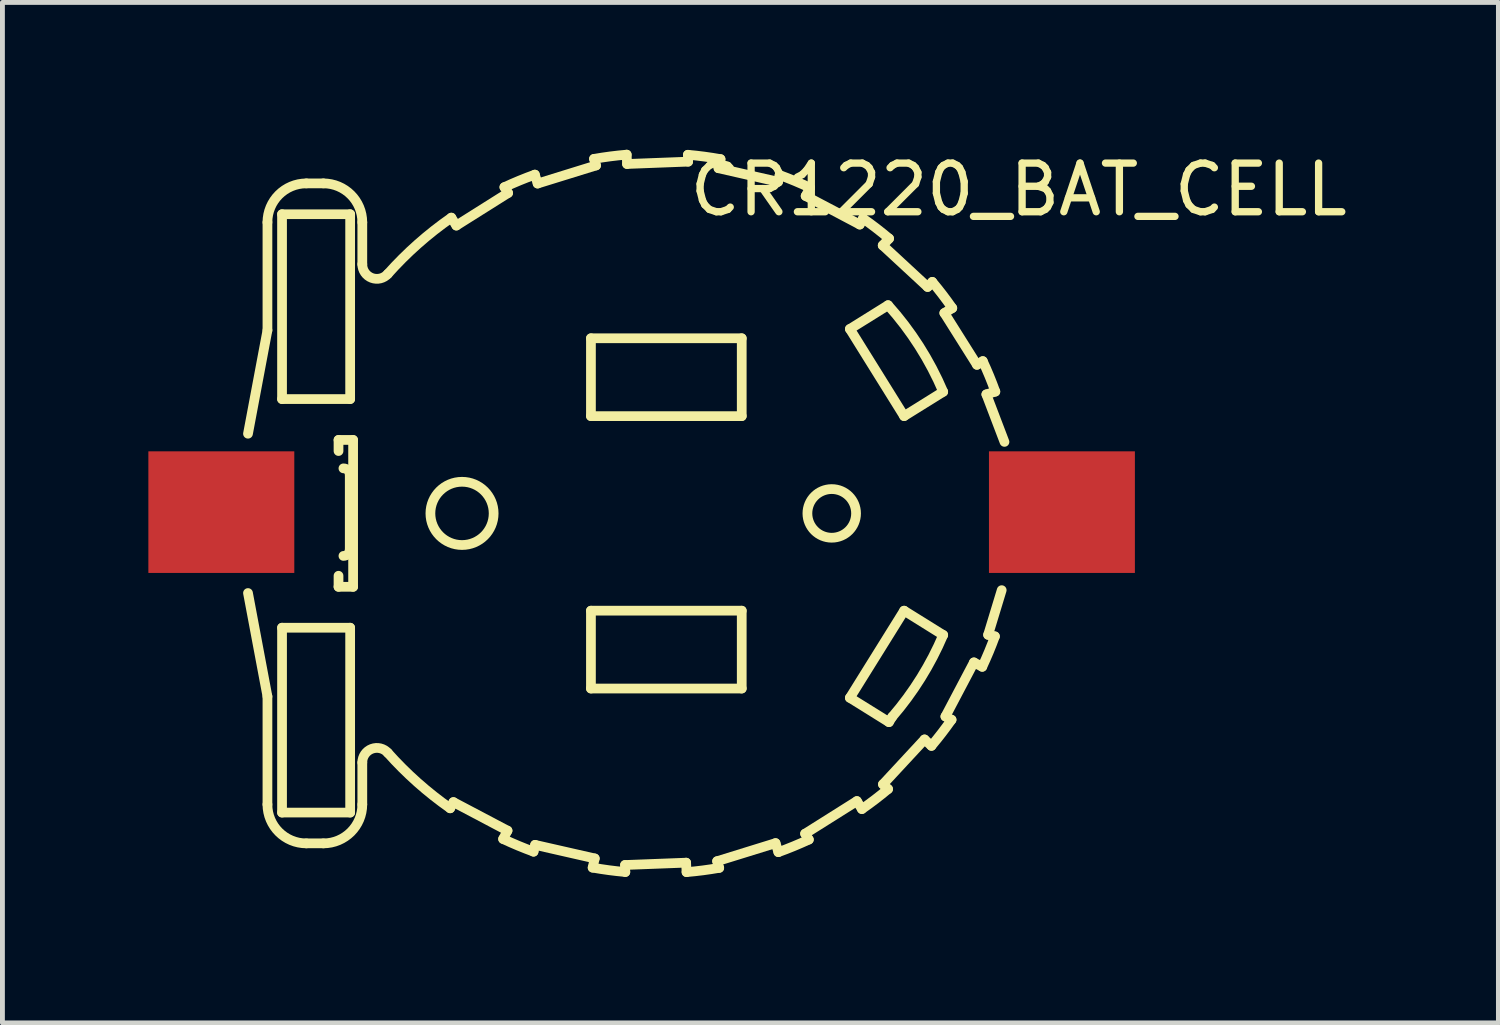
<source format=kicad_pcb>
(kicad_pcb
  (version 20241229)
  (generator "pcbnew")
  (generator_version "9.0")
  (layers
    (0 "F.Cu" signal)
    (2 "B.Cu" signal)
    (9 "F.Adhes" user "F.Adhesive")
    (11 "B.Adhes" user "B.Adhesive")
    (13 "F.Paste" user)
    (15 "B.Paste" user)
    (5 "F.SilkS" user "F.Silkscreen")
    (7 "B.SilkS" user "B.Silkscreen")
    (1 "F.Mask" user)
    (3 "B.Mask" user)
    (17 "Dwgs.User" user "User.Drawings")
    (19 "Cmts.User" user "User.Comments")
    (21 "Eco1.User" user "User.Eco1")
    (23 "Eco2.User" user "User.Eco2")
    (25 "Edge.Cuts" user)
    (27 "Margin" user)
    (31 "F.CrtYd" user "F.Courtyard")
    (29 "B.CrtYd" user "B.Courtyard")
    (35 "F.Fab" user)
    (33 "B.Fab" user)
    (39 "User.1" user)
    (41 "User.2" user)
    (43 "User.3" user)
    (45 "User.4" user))
  (footprint "CR1220_BAT_CELL"
    (layer "F.Cu")
    (at 10.56 7.558)
    (property "Reference" "CR1220_BAT_CELL" (at 7.33 -6.71 0) (layer "F.SilkS") (effects (font (size 1 1) (thickness 0.15))))
    (attr through_hole)
    (fp_line (start -8.512 1.583) (end -8.112 3.709) (stroke (width 0.2) (type solid)) (layer "F.SilkS"))
    (fp_line (start -8.112 -6.038) (end -8.112 -3.818) (stroke (width 0.2) (type solid)) (layer "F.SilkS"))
    (fp_line (start -8.112 -3.818) (end -8.512 -1.692) (stroke (width 0.2) (type solid)) (layer "F.SilkS"))
    (fp_line (start -8.112 3.709) (end -8.112 5.929) (stroke (width 0.2) (type solid)) (layer "F.SilkS"))
    (fp_line (start -7.812 -6.204) (end -6.412 -6.204) (stroke (width 0.2) (type solid)) (layer "F.SilkS"))
    (fp_line (start -7.812 -2.404) (end -7.812 -6.204) (stroke (width 0.2) (type solid)) (layer "F.SilkS"))
    (fp_line (start -7.812 2.296) (end -6.412 2.296) (stroke (width 0.2) (type solid)) (layer "F.SilkS"))
    (fp_line (start -7.812 6.096) (end -7.812 2.296) (stroke (width 0.2) (type solid)) (layer "F.SilkS"))
    (fp_line (start -7.312 6.729) (end -6.962 6.729) (stroke (width 0.2) (type solid)) (layer "F.SilkS"))
    (fp_line (start -6.962 -6.838) (end -7.312 -6.838) (stroke (width 0.2) (type solid)) (layer "F.SilkS"))
    (fp_line (start -6.651 -1.564) (end -6.351 -1.564) (stroke (width 0.2) (type solid)) (layer "F.SilkS"))
    (fp_line (start -6.651 -1.336) (end -6.651 -1.564) (stroke (width 0.2) (type solid)) (layer "F.SilkS"))
    (fp_line (start -6.651 1.455) (end -6.651 1.228) (stroke (width 0.2) (type solid)) (layer "F.SilkS"))
    (fp_line (start -6.42 0.69) (end -6.42 -0.85) (stroke (width 0.2) (type solid)) (layer "F.SilkS"))
    (fp_line (start -6.412 -6.204) (end -6.412 -2.404) (stroke (width 0.2) (type solid)) (layer "F.SilkS"))
    (fp_line (start -6.412 -2.404) (end -7.812 -2.404) (stroke (width 0.2) (type solid)) (layer "F.SilkS"))
    (fp_line (start -6.412 2.296) (end -6.412 6.096) (stroke (width 0.2) (type solid)) (layer "F.SilkS"))
    (fp_line (start -6.412 6.096) (end -7.812 6.096) (stroke (width 0.2) (type solid)) (layer "F.SilkS"))
    (fp_line (start -6.351 -1.564) (end -6.351 1.455) (stroke (width 0.2) (type solid)) (layer "F.SilkS"))
    (fp_line (start -6.351 1.455) (end -6.651 1.455) (stroke (width 0.2) (type solid)) (layer "F.SilkS"))
    (fp_line (start -6.162 -5.176) (end -6.162 -6.038) (stroke (width 0.2) (type solid)) (layer "F.SilkS"))
    (fp_line (start -6.162 5.929) (end -6.162 5.067) (stroke (width 0.2) (type solid)) (layer "F.SilkS"))
    (fp_line (start -4.356 6.008) (end -4.289 5.881) (stroke (width 0.2) (type solid)) (layer "F.SilkS"))
    (fp_line (start -4.289 5.881) (end -3.177 6.468) (stroke (width 0.2) (type solid)) (layer "F.SilkS"))
    (fp_line (start -4.229 -5.971) (end -4.332 -6.134) (stroke (width 0.2) (type solid)) (layer "F.SilkS"))
    (fp_line (start -3.241 -6.761) (end -3.165 -6.641) (stroke (width 0.2) (type solid)) (layer "F.SilkS"))
    (fp_line (start -3.177 6.468) (end -3.267 6.639) (stroke (width 0.2) (type solid)) (layer "F.SilkS"))
    (fp_line (start -3.165 -6.641) (end -4.229 -5.971) (stroke (width 0.2) (type solid)) (layer "F.SilkS"))
    (fp_line (start -2.642 6.9) (end -2.61 6.76) (stroke (width 0.2) (type solid)) (layer "F.SilkS"))
    (fp_line (start -2.61 6.76) (end -1.384 7.039) (stroke (width 0.2) (type solid)) (layer "F.SilkS"))
    (fp_line (start -2.558 -6.835) (end -2.615 -7.018) (stroke (width 0.2) (type solid)) (layer "F.SilkS"))
    (fp_line (start -1.462 -3.654) (end 1.638 -3.654) (stroke (width 0.2) (type solid)) (layer "F.SilkS"))
    (fp_line (start -1.462 -2.054) (end -1.462 -3.654) (stroke (width 0.2) (type solid)) (layer "F.SilkS"))
    (fp_line (start -1.462 1.946) (end 1.638 1.946) (stroke (width 0.2) (type solid)) (layer "F.SilkS"))
    (fp_line (start -1.462 3.546) (end -1.462 1.946) (stroke (width 0.2) (type solid)) (layer "F.SilkS"))
    (fp_line (start -1.399 -7.342) (end -1.357 -7.207) (stroke (width 0.2) (type solid)) (layer "F.SilkS"))
    (fp_line (start -1.384 7.039) (end -1.427 7.228) (stroke (width 0.2) (type solid)) (layer "F.SilkS"))
    (fp_line (start -1.357 -7.207) (end -2.558 -6.835) (stroke (width 0.2) (type solid)) (layer "F.SilkS"))
    (fp_line (start -0.761 7.174) (end 0.495 7.126) (stroke (width 0.2) (type solid)) (layer "F.SilkS"))
    (fp_line (start -0.755 7.318) (end -0.761 7.174) (stroke (width 0.2) (type solid)) (layer "F.SilkS"))
    (fp_line (start -0.72 -7.237) (end -0.727 -7.429) (stroke (width 0.2) (type solid)) (layer "F.SilkS"))
    (fp_line (start 0.495 7.126) (end 0.503 7.32) (stroke (width 0.2) (type solid)) (layer "F.SilkS"))
    (fp_line (start 0.531 -7.426) (end 0.536 -7.285) (stroke (width 0.2) (type solid)) (layer "F.SilkS"))
    (fp_line (start 0.536 -7.285) (end -0.72 -7.237) (stroke (width 0.2) (type solid)) (layer "F.SilkS"))
    (fp_line (start 1.132 7.096) (end 2.333 6.724) (stroke (width 0.2) (type solid)) (layer "F.SilkS"))
    (fp_line (start 1.16 -7.15) (end 1.202 -7.337) (stroke (width 0.2) (type solid)) (layer "F.SilkS"))
    (fp_line (start 1.175 7.233) (end 1.132 7.096) (stroke (width 0.2) (type solid)) (layer "F.SilkS"))
    (fp_line (start 1.638 -3.654) (end 1.638 -2.054) (stroke (width 0.2) (type solid)) (layer "F.SilkS"))
    (fp_line (start 1.638 -2.054) (end -1.462 -2.054) (stroke (width 0.2) (type solid)) (layer "F.SilkS"))
    (fp_line (start 1.638 1.946) (end 1.638 3.546) (stroke (width 0.2) (type solid)) (layer "F.SilkS"))
    (fp_line (start 1.638 3.546) (end -1.462 3.546) (stroke (width 0.2) (type solid)) (layer "F.SilkS"))
    (fp_line (start 2.333 6.724) (end 2.391 6.909) (stroke (width 0.2) (type solid)) (layer "F.SilkS"))
    (fp_line (start 2.385 -6.871) (end 1.16 -7.15) (stroke (width 0.2) (type solid)) (layer "F.SilkS"))
    (fp_line (start 2.417 -7.009) (end 2.385 -6.871) (stroke (width 0.2) (type solid)) (layer "F.SilkS"))
    (fp_line (start 2.941 6.53) (end 4.005 5.86) (stroke (width 0.2) (type solid)) (layer "F.SilkS"))
    (fp_line (start 2.952 -6.579) (end 3.042 -6.749) (stroke (width 0.2) (type solid)) (layer "F.SilkS"))
    (fp_line (start 3.017 6.651) (end 2.941 6.53) (stroke (width 0.2) (type solid)) (layer "F.SilkS"))
    (fp_line (start 3.861 -3.845) (end 4.646 -4.334) (stroke (width 0.2) (type solid)) (layer "F.SilkS"))
    (fp_line (start 3.861 3.737) (end 4.976 1.946) (stroke (width 0.2) (type solid)) (layer "F.SilkS"))
    (fp_line (start 4.005 5.86) (end 4.108 6.024) (stroke (width 0.2) (type solid)) (layer "F.SilkS"))
    (fp_line (start 4.064 -5.992) (end 2.952 -6.579) (stroke (width 0.2) (type solid)) (layer "F.SilkS"))
    (fp_line (start 4.13 -6.117) (end 4.064 -5.992) (stroke (width 0.2) (type solid)) (layer "F.SilkS"))
    (fp_line (start 4.536 -5.563) (end 4.667 -5.704) (stroke (width 0.2) (type solid)) (layer "F.SilkS"))
    (fp_line (start 4.541 5.515) (end 5.396 4.593) (stroke (width 0.2) (type solid)) (layer "F.SilkS"))
    (fp_line (start 4.646 5.613) (end 4.541 5.515) (stroke (width 0.2) (type solid)) (layer "F.SilkS"))
    (fp_line (start 4.664 4.237) (end 3.861 3.737) (stroke (width 0.2) (type solid)) (layer "F.SilkS"))
    (fp_line (start 4.731 4.13) (end 4.664 4.237) (stroke (width 0.2) (type solid)) (layer "F.SilkS"))
    (fp_line (start 4.976 -2.054) (end 3.861 -3.845) (stroke (width 0.2) (type solid)) (layer "F.SilkS"))
    (fp_line (start 4.976 1.946) (end 5.779 2.446) (stroke (width 0.2) (type solid)) (layer "F.SilkS"))
    (fp_line (start 5.396 4.593) (end 5.538 4.725) (stroke (width 0.2) (type solid)) (layer "F.SilkS"))
    (fp_line (start 5.459 -4.709) (end 4.536 -5.563) (stroke (width 0.2) (type solid)) (layer "F.SilkS"))
    (fp_line (start 5.555 -4.813) (end 5.459 -4.709) (stroke (width 0.2) (type solid)) (layer "F.SilkS"))
    (fp_line (start 5.779 -2.554) (end 4.976 -2.054) (stroke (width 0.2) (type solid)) (layer "F.SilkS"))
    (fp_line (start 5.803 -4.173) (end 5.966 -4.275) (stroke (width 0.2) (type solid)) (layer "F.SilkS"))
    (fp_line (start 5.825 4.121) (end 6.411 3.009) (stroke (width 0.2) (type solid)) (layer "F.SilkS"))
    (fp_line (start 5.951 4.188) (end 5.825 4.121) (stroke (width 0.2) (type solid)) (layer "F.SilkS"))
    (fp_line (start 6.411 3.009) (end 6.582 3.099) (stroke (width 0.2) (type solid)) (layer "F.SilkS"))
    (fp_line (start 6.473 -3.109) (end 5.803 -4.173) (stroke (width 0.2) (type solid)) (layer "F.SilkS"))
    (fp_line (start 6.593 -3.184) (end 6.473 -3.109) (stroke (width 0.2) (type solid)) (layer "F.SilkS"))
    (fp_line (start 6.667 -2.501) (end 6.851 -2.558) (stroke (width 0.2) (type solid)) (layer "F.SilkS"))
    (fp_line (start 6.703 2.442) (end 6.982 1.524) (stroke (width 0.2) (type solid)) (layer "F.SilkS"))
    (fp_line (start 6.842 2.474) (end 6.703 2.442) (stroke (width 0.2) (type solid)) (layer "F.SilkS"))
    (fp_line (start 7.039 -1.524) (end 6.667 -2.501) (stroke (width 0.2) (type solid)) (layer "F.SilkS"))
    (fp_arc (start -8.112258 -6.038132) (mid -7.877943 -6.603817) (end -7.312258 -6.838132) (stroke (width 0.2) (type solid)) (layer "F.SilkS"))
    (fp_arc (start -7.312258 6.729416) (mid -7.877943 6.495101) (end -8.112258 5.929416) (stroke (width 0.2) (type solid)) (layer "F.SilkS"))
    (fp_arc (start -6.962258 -6.838131) (mid -6.396573 -6.603817) (end -6.162259 -6.038132) (stroke (width 0.2) (type solid)) (layer "F.SilkS"))
    (fp_arc (start -6.55 -0.98) (mid -6.458076 -0.941924) (end -6.42 -0.85) (stroke (width 0.2) (type solid)) (layer "F.SilkS"))
    (fp_arc (start -6.420001 0.69) (mid -6.458077 0.781923) (end -6.55 0.819999) (stroke (width 0.2) (type solid)) (layer "F.SilkS"))
    (fp_arc (start -6.162259 5.066921) (mid -5.969011 4.786557) (end -5.638233 4.867391) (stroke (width 0.2) (type solid)) (layer "F.SilkS"))
    (fp_arc (start -6.162258 5.929416) (mid -6.396573 6.495101) (end -6.962258 6.729416) (stroke (width 0.2) (type solid)) (layer "F.SilkS"))
    (fp_arc (start -5.638233 -4.976106) (mid -5.969011 -4.895272) (end -6.162259 -5.175636) (stroke (width 0.2) (type solid)) (layer "F.SilkS"))
    (fp_arc (start -5.638233 -4.976106) (mid -5.019134 -5.593543) (end -4.331529 -6.133647) (stroke (width 0.2) (type solid)) (layer "F.SilkS"))
    (fp_arc (start -4.355736 6.00806) (mid -5.030168 5.475035) (end -5.638233 4.867391) (stroke (width 0.2) (type solid)) (layer "F.SilkS"))
    (fp_arc (start -3.240653 -6.760559) (mid -2.930576 -6.896658) (end -2.614598 -7.018429) (stroke (width 0.2) (type solid)) (layer "F.SilkS"))
    (fp_arc (start -2.641789 6.899883) (mid -2.957563 6.776764) (end -3.267369 6.639316) (stroke (width 0.2) (type solid)) (layer "F.SilkS"))
    (fp_arc (start -1.398652 -7.341688) (mid -1.063929 -7.392908) (end -0.727214 -7.428761) (stroke (width 0.2) (type solid)) (layer "F.SilkS"))
    (fp_arc (start -0.755387 7.317642) (mid -1.092279 7.28046) (end -1.427115 7.227891) (stroke (width 0.2) (type solid)) (layer "F.SilkS"))
    (fp_arc (start 0.530964 -7.426349) (mid 0.867539 -7.389205) (end 1.202063 -7.336703) (stroke (width 0.2) (type solid)) (layer "F.SilkS"))
    (fp_arc (start 1.174854 7.232846) (mid 0.839821 7.28414) (end 0.50279 7.320038) (stroke (width 0.2) (type solid)) (layer "F.SilkS"))
    (fp_arc (start 2.416757 -7.008786) (mid 2.732265 -6.885806) (end 3.041816 -6.74852) (stroke (width 0.2) (type solid)) (layer "F.SilkS"))
    (fp_arc (start 3.017329 6.651287) (mid 2.707003 6.787554) (end 2.390764 6.909468) (stroke (width 0.2) (type solid)) (layer "F.SilkS"))
    (fp_arc (start 4.130274 -6.117436) (mid 4.403226 -5.916985) (end 4.666721 -5.704256) (stroke (width 0.2) (type solid)) (layer "F.SilkS"))
    (fp_arc (start 4.646061 -4.334357) (mid 5.286525 -3.491381) (end 5.779261 -2.554357) (stroke (width 0.2) (type solid)) (layer "F.SilkS"))
    (fp_arc (start 4.646429 5.612642) (mid 4.38197 5.824579) (end 4.108085 6.024186) (stroke (width 0.2) (type solid)) (layer "F.SilkS"))
    (fp_arc (start 5.554784 -4.812994) (mid 5.766582 -4.548712) (end 5.966066 -4.275017) (stroke (width 0.2) (type solid)) (layer "F.SilkS"))
    (fp_arc (start 5.77926 2.445642) (mid 5.320569 3.328596) (end 4.730567 4.129783) (stroke (width 0.2) (type solid)) (layer "F.SilkS"))
    (fp_arc (start 5.951116 4.187751) (mid 5.750547 4.460895) (end 5.537683 4.724571) (stroke (width 0.2) (type solid)) (layer "F.SilkS"))
    (fp_arc (start 6.593223 -3.184296) (mid 6.729426 -2.874172) (end 6.851294 -2.558141) (stroke (width 0.2) (type solid)) (layer "F.SilkS"))
    (fp_arc (start 6.842488 2.473783) (mid 6.719467 2.789499) (end 6.582122 3.099253) (stroke (width 0.2) (type solid)) (layer "F.SilkS"))
    (fp_circle (center -4.112 -0.054) (end -4.112 -0.704) (stroke (width 0.2) (type solid)) (fill no) (layer "F.SilkS"))
    (fp_circle (center 3.488 -0.054) (end 3.488 -0.554) (stroke (width 0.2) (type solid)) (fill no) (layer "F.SilkS"))
    (pad "1" smd rect (at -9.06 -0.08) (size 3 2.5) (layers "F.Cu" "F.Mask" "F.Paste"))
    (pad "2" smd rect (at 8.22 -0.08) (size 3 2.5) (layers "F.Cu" "F.Mask" "F.Paste")))
  (gr_rect
    (start -3 -3)
    (end 27.753 17.978)
    (stroke (width 0.1) (type default))
    (fill no)
    (layer "Edge.Cuts")))
</source>
